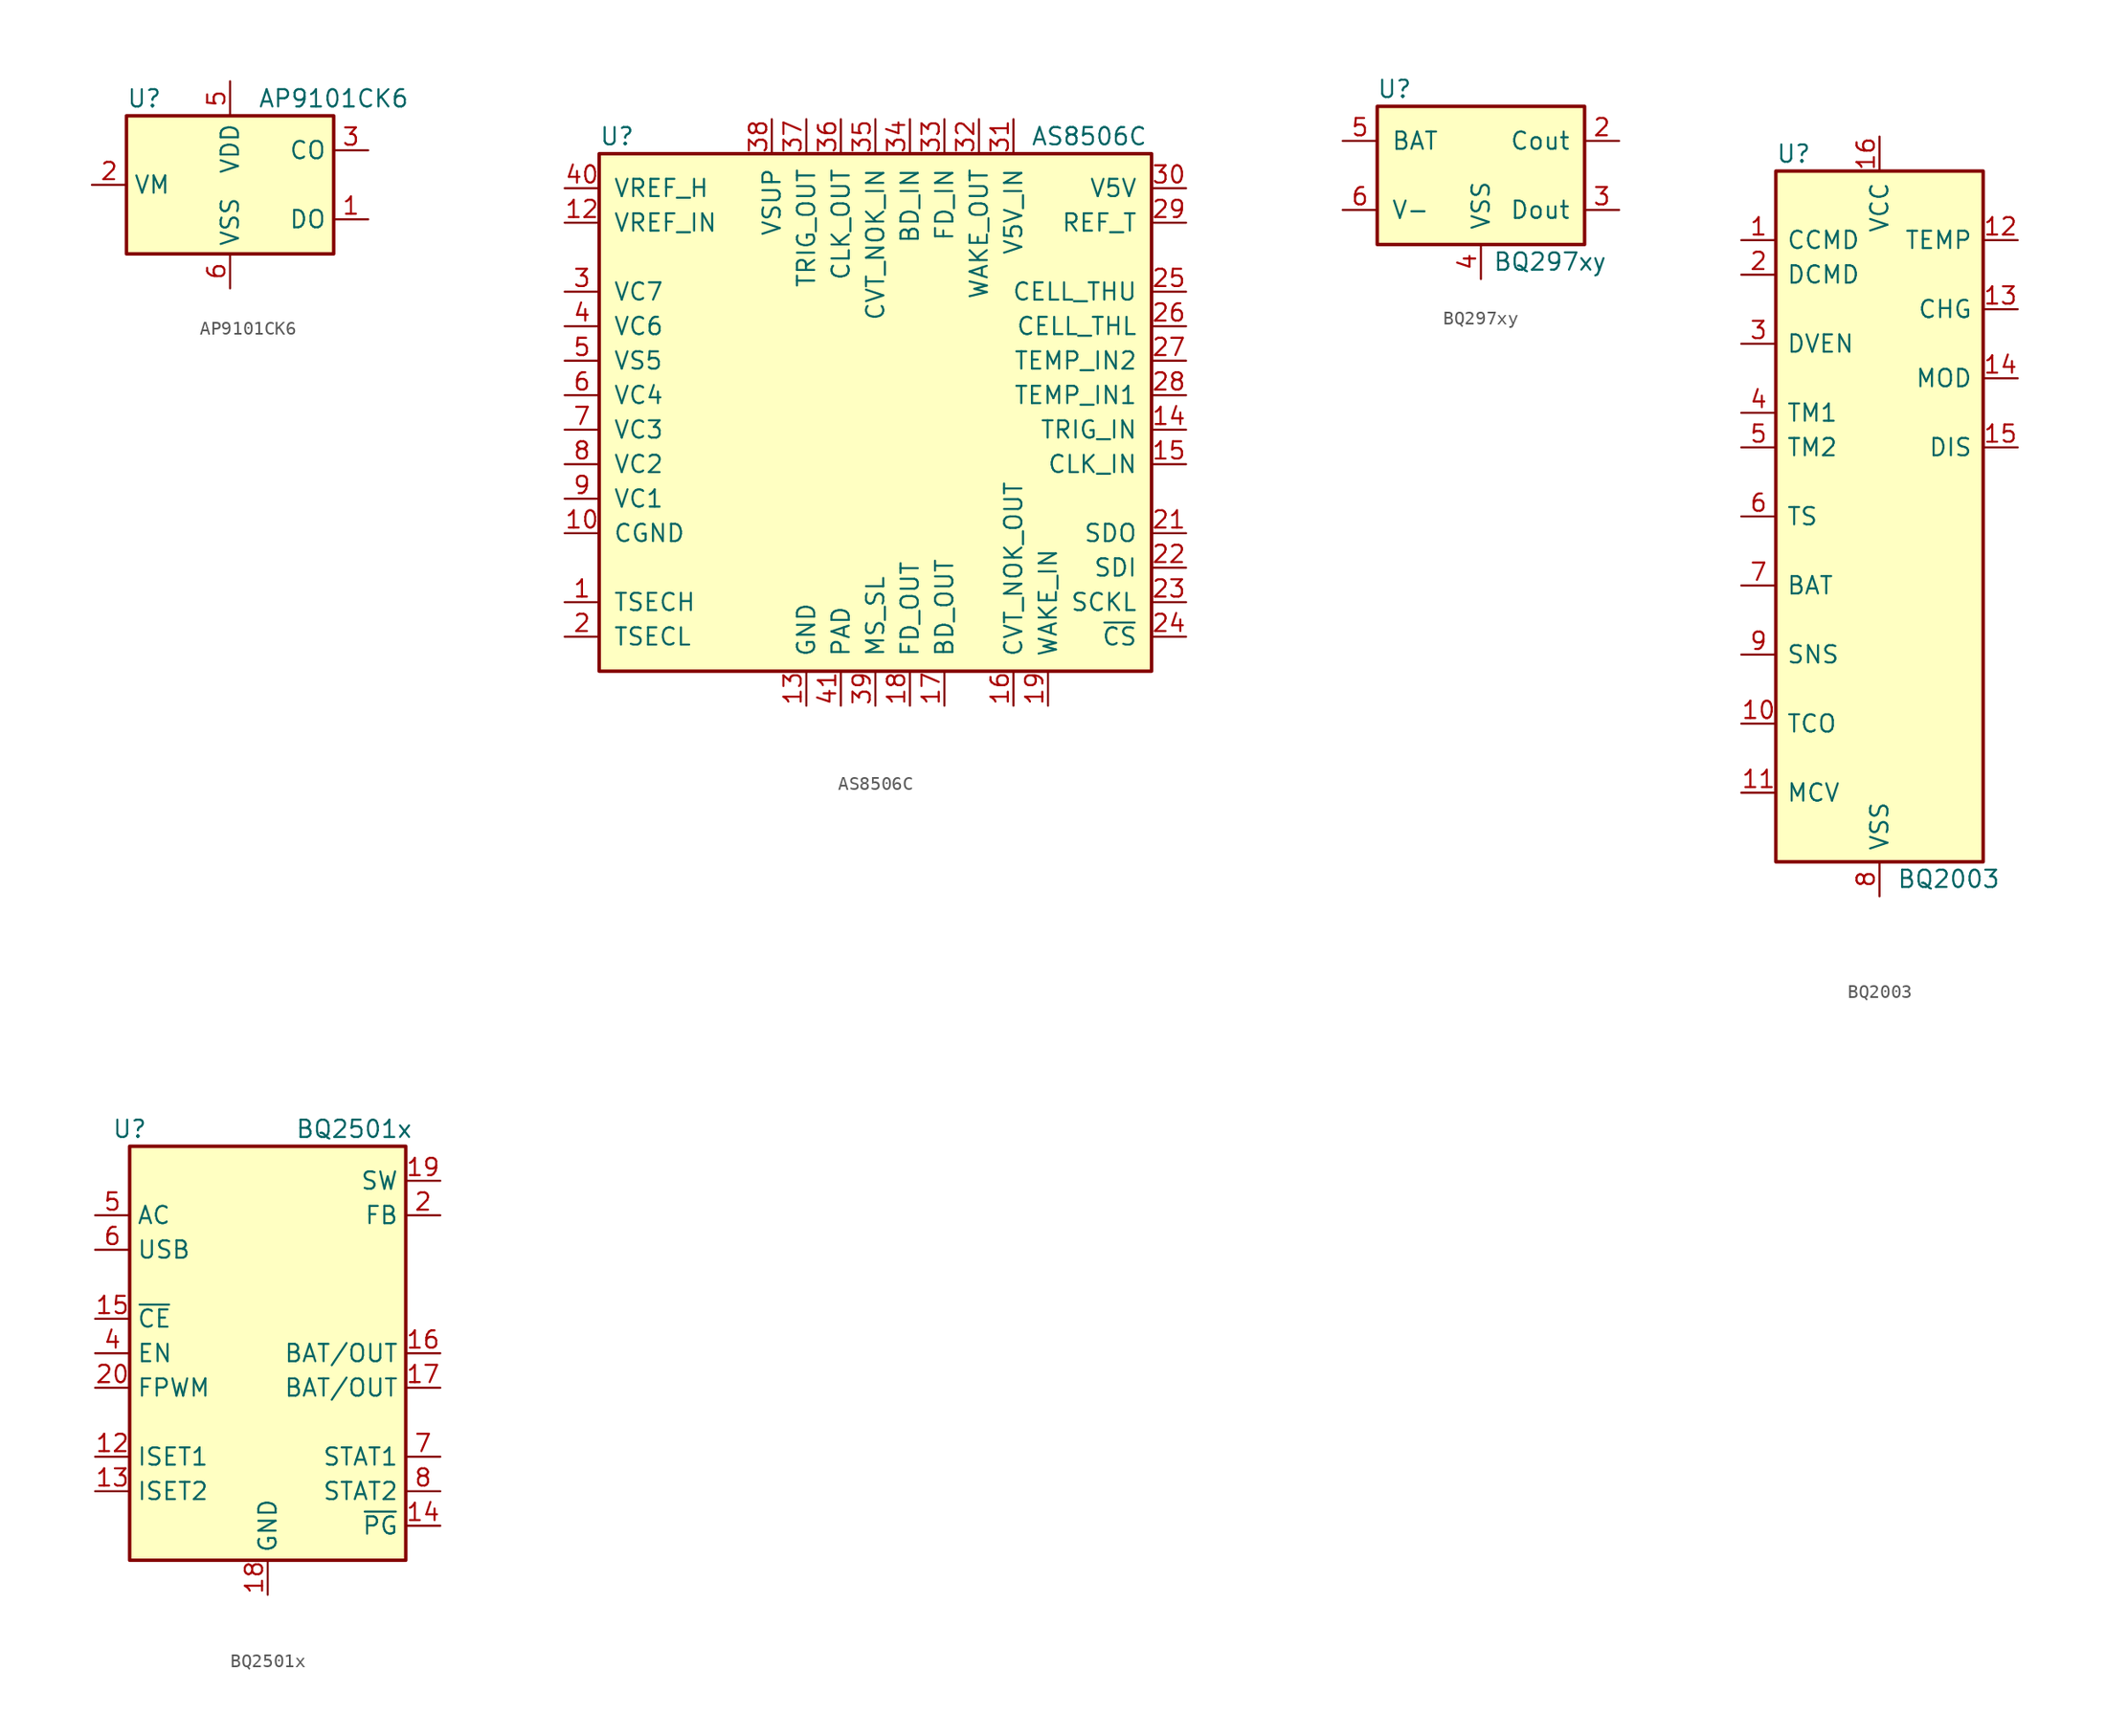
<source format=kicad_sym>
(kicad_symbol_lib
  (version 20211014)
  (generator kicad_symbol_editor)
  (symbol "AP9101CK6"
    (property "Reference" "U"
      (at -7.62 6.35 0)
      (effects (font (size 1.27 1.27)) (justify left)))
    (property "Value" "AP9101CK6"
      (at 7.62 6.35 0)
      (effects (font (size 1.27 1.27))))
    (symbol "AP9101CK6_0_1"
      (rectangle (start -7.62 5.08) (end 7.62 -5.08) (stroke (width 0.254) (type default) (color 0 0 0 0)) (fill (type background))))
    (symbol "AP9101CK6_1_1"
      (pin output line (at 10.16 -2.54 180) (length 2.54) (name "DO" (effects (font (size 1.27 1.27)))) (number "1" (effects (font (size 1.27 1.27)))))
      (pin passive line (at -10.16 0 0) (length 2.54) (name "VM" (effects (font (size 1.27 1.27)))) (number "2" (effects (font (size 1.27 1.27)))))
      (pin output line (at 10.16 2.54 180) (length 2.54) (name "CO" (effects (font (size 1.27 1.27)))) (number "3" (effects (font (size 1.27 1.27)))))
      (pin no_connect line (at -7.62 -2.54 0) (length 2.54) hide (name "NC" (effects (font (size 1.27 1.27)))) (number "4" (effects (font (size 1.27 1.27)))))
      (pin power_in line (at 0 7.62 270) (length 2.54) (name "VDD" (effects (font (size 1.27 1.27)))) (number "5" (effects (font (size 1.27 1.27)))))
      (pin power_in line (at 0 -7.62 90) (length 2.54) (name "VSS" (effects (font (size 1.27 1.27)))) (number "6" (effects (font (size 1.27 1.27)))))))
  (symbol "AS8506C"
    (pin_names
      (offset 1.016))
    (property "Reference" "U"
      (at -20.32 21.59 0)
      (effects (font (size 1.27 1.27)) (justify left)))
    (property "Value" "AS8506C"
      (at 11.43 21.59 0)
      (effects (font (size 1.27 1.27)) (justify left)))
    (symbol "AS8506C_0_1"
      (rectangle (start 20.32 -17.78) (end -20.32 20.32) (stroke (width 0.254) (type default) (color 0 0 0 0)) (fill (type background))))
    (symbol "AS8506C_1_1"
      (pin input line (at -22.86 -12.7 0) (length 2.54) (name "TSECH" (effects (font (size 1.27 1.27)))) (number "1" (effects (font (size 1.27 1.27)))))
      (pin input line (at -22.86 -7.62 0) (length 2.54) (name "CGND" (effects (font (size 1.27 1.27)))) (number "10" (effects (font (size 1.27 1.27)))))
      (pin no_connect line (at -10.16 -20.32 90) (length 2.54) hide (name "NC" (effects (font (size 1.27 1.27)))) (number "11" (effects (font (size 1.27 1.27)))))
      (pin input line (at -22.86 15.24 0) (length 2.54) (name "VREF_IN" (effects (font (size 1.27 1.27)))) (number "12" (effects (font (size 1.27 1.27)))))
      (pin power_in line (at -5.08 -20.32 90) (length 2.54) (name "GND" (effects (font (size 1.27 1.27)))) (number "13" (effects (font (size 1.27 1.27)))))
      (pin input line (at 22.86 0 180) (length 2.54) (name "TRIG_IN" (effects (font (size 1.27 1.27)))) (number "14" (effects (font (size 1.27 1.27)))))
      (pin input line (at 22.86 -2.54 180) (length 2.54) (name "CLK_IN" (effects (font (size 1.27 1.27)))) (number "15" (effects (font (size 1.27 1.27)))))
      (pin input line (at 10.16 -20.32 90) (length 2.54) (name "CVT_NOK_OUT" (effects (font (size 1.27 1.27)))) (number "16" (effects (font (size 1.27 1.27)))))
      (pin input line (at 5.08 -20.32 90) (length 2.54) (name "BD_OUT" (effects (font (size 1.27 1.27)))) (number "17" (effects (font (size 1.27 1.27)))))
      (pin input line (at 2.54 -20.32 90) (length 2.54) (name "FD_OUT" (effects (font (size 1.27 1.27)))) (number "18" (effects (font (size 1.27 1.27)))))
      (pin input line (at 12.7 -20.32 90) (length 2.54) (name "WAKE_IN" (effects (font (size 1.27 1.27)))) (number "19" (effects (font (size 1.27 1.27)))))
      (pin input line (at -22.86 -15.24 0) (length 2.54) (name "TSECL" (effects (font (size 1.27 1.27)))) (number "2" (effects (font (size 1.27 1.27)))))
      (pin no_connect line (at -7.62 -20.32 90) (length 2.54) hide (name "NC_T" (effects (font (size 1.27 1.27)))) (number "20" (effects (font (size 1.27 1.27)))))
      (pin output line (at 22.86 -7.62 180) (length 2.54) (name "SDO" (effects (font (size 1.27 1.27)))) (number "21" (effects (font (size 1.27 1.27)))))
      (pin input line (at 22.86 -10.16 180) (length 2.54) (name "SDI" (effects (font (size 1.27 1.27)))) (number "22" (effects (font (size 1.27 1.27)))))
      (pin input line (at 22.86 -12.7 180) (length 2.54) (name "SCKL" (effects (font (size 1.27 1.27)))) (number "23" (effects (font (size 1.27 1.27)))))
      (pin input line (at 22.86 -15.24 180) (length 2.54) (name "~{CS}" (effects (font (size 1.27 1.27)))) (number "24" (effects (font (size 1.27 1.27)))))
      (pin input line (at 22.86 10.16 180) (length 2.54) (name "CELL_THU" (effects (font (size 1.27 1.27)))) (number "25" (effects (font (size 1.27 1.27)))))
      (pin input line (at 22.86 7.62 180) (length 2.54) (name "CELL_THL" (effects (font (size 1.27 1.27)))) (number "26" (effects (font (size 1.27 1.27)))))
      (pin input line (at 22.86 5.08 180) (length 2.54) (name "TEMP_IN2" (effects (font (size 1.27 1.27)))) (number "27" (effects (font (size 1.27 1.27)))))
      (pin input line (at 22.86 2.54 180) (length 2.54) (name "TEMP_IN1" (effects (font (size 1.27 1.27)))) (number "28" (effects (font (size 1.27 1.27)))))
      (pin input line (at 22.86 15.24 180) (length 2.54) (name "REF_T" (effects (font (size 1.27 1.27)))) (number "29" (effects (font (size 1.27 1.27)))))
      (pin input line (at -22.86 10.16 0) (length 2.54) (name "VC7" (effects (font (size 1.27 1.27)))) (number "3" (effects (font (size 1.27 1.27)))))
      (pin input line (at 22.86 17.78 180) (length 2.54) (name "V5V" (effects (font (size 1.27 1.27)))) (number "30" (effects (font (size 1.27 1.27)))))
      (pin input line (at 10.16 22.86 270) (length 2.54) (name "V5V_IN" (effects (font (size 1.27 1.27)))) (number "31" (effects (font (size 1.27 1.27)))))
      (pin input line (at 7.62 22.86 270) (length 2.54) (name "WAKE_OUT" (effects (font (size 1.27 1.27)))) (number "32" (effects (font (size 1.27 1.27)))))
      (pin input line (at 5.08 22.86 270) (length 2.54) (name "FD_IN" (effects (font (size 1.27 1.27)))) (number "33" (effects (font (size 1.27 1.27)))))
      (pin input line (at 2.54 22.86 270) (length 2.54) (name "BD_IN" (effects (font (size 1.27 1.27)))) (number "34" (effects (font (size 1.27 1.27)))))
      (pin input line (at 0 22.86 270) (length 2.54) (name "CVT_NOK_IN" (effects (font (size 1.27 1.27)))) (number "35" (effects (font (size 1.27 1.27)))))
      (pin input line (at -2.54 22.86 270) (length 2.54) (name "CLK_OUT" (effects (font (size 1.27 1.27)))) (number "36" (effects (font (size 1.27 1.27)))))
      (pin input line (at -5.08 22.86 270) (length 2.54) (name "TRIG_OUT" (effects (font (size 1.27 1.27)))) (number "37" (effects (font (size 1.27 1.27)))))
      (pin power_in line (at -7.62 22.86 270) (length 2.54) (name "VSUP" (effects (font (size 1.27 1.27)))) (number "38" (effects (font (size 1.27 1.27)))))
      (pin input line (at 0 -20.32 90) (length 2.54) (name "MS_SL" (effects (font (size 1.27 1.27)))) (number "39" (effects (font (size 1.27 1.27)))))
      (pin input line (at -22.86 7.62 0) (length 2.54) (name "VC6" (effects (font (size 1.27 1.27)))) (number "4" (effects (font (size 1.27 1.27)))))
      (pin input line (at -22.86 17.78 0) (length 2.54) (name "VREF_H" (effects (font (size 1.27 1.27)))) (number "40" (effects (font (size 1.27 1.27)))))
      (pin power_in line (at -2.54 -20.32 90) (length 2.54) (name "PAD" (effects (font (size 1.27 1.27)))) (number "41" (effects (font (size 1.27 1.27)))))
      (pin input line (at -22.86 5.08 0) (length 2.54) (name "VS5" (effects (font (size 1.27 1.27)))) (number "5" (effects (font (size 1.27 1.27)))))
      (pin input line (at -22.86 2.54 0) (length 2.54) (name "VC4" (effects (font (size 1.27 1.27)))) (number "6" (effects (font (size 1.27 1.27)))))
      (pin input line (at -22.86 0 0) (length 2.54) (name "VC3" (effects (font (size 1.27 1.27)))) (number "7" (effects (font (size 1.27 1.27)))))
      (pin input line (at -22.86 -2.54 0) (length 2.54) (name "VC2" (effects (font (size 1.27 1.27)))) (number "8" (effects (font (size 1.27 1.27)))))
      (pin input line (at -22.86 -5.08 0) (length 2.54) (name "VC1" (effects (font (size 1.27 1.27)))) (number "9" (effects (font (size 1.27 1.27)))))))
  (symbol "BQ297xy"
    (pin_names
      (offset 1.016))
    (property "Reference" "U"
      (at -6.35 6.35 0)
      (effects (font (size 1.27 1.27))))
    (property "Value" "BQ297xy"
      (at 5.08 -6.35 0)
      (effects (font (size 1.27 1.27))))
    (symbol "BQ297xy_0_1"
      (rectangle (start -7.62 5.08) (end 7.62 -5.08) (stroke (width 0.254) (type default) (color 0 0 0 0)) (fill (type background))))
    (symbol "BQ297xy_1_1"
      (pin no_connect line (at 7.62 0 180) (length 2.54) hide (name "NC" (effects (font (size 1.27 1.27)))) (number "1" (effects (font (size 1.27 1.27)))))
      (pin output line (at 10.16 2.54 180) (length 2.54) (name "Cout" (effects (font (size 1.27 1.27)))) (number "2" (effects (font (size 1.27 1.27)))))
      (pin output line (at 10.16 -2.54 180) (length 2.54) (name "Dout" (effects (font (size 1.27 1.27)))) (number "3" (effects (font (size 1.27 1.27)))))
      (pin power_in line (at 0 -7.62 90) (length 2.54) (name "VSS" (effects (font (size 1.27 1.27)))) (number "4" (effects (font (size 1.27 1.27)))))
      (pin input line (at -10.16 2.54 0) (length 2.54) (name "BAT" (effects (font (size 1.27 1.27)))) (number "5" (effects (font (size 1.27 1.27)))))
      (pin input line (at -10.16 -2.54 0) (length 2.54) (name "V-" (effects (font (size 1.27 1.27)))) (number "6" (effects (font (size 1.27 1.27)))))))
  (symbol "BQ2003"
    (pin_names
      (offset 0.762))
    (property "Reference" "U"
      (at -7.62 26.67 0)
      (effects (font (size 1.27 1.27)) (justify left)))
    (property "Value" "BQ2003"
      (at 5.08 -26.67 0)
      (effects (font (size 1.27 1.27))))
    (symbol "BQ2003_0_1"
      (rectangle (start -7.62 -25.4) (end 7.62 25.4) (stroke (width 0.254) (type default) (color 0 0 0 0)) (fill (type background))))
    (symbol "BQ2003_1_1"
      (pin input line (at -10.16 20.32 0) (length 2.54) (name "CCMD" (effects (font (size 1.27 1.27)))) (number "1" (effects (font (size 1.27 1.27)))))
      (pin input line (at -10.16 -15.24 0) (length 2.54) (name "TCO" (effects (font (size 1.27 1.27)))) (number "10" (effects (font (size 1.27 1.27)))))
      (pin input line (at -10.16 -20.32 0) (length 2.54) (name "MCV" (effects (font (size 1.27 1.27)))) (number "11" (effects (font (size 1.27 1.27)))))
      (pin output line (at 10.16 20.32 180) (length 2.54) (name "TEMP" (effects (font (size 1.27 1.27)))) (number "12" (effects (font (size 1.27 1.27)))))
      (pin output line (at 10.16 15.24 180) (length 2.54) (name "CHG" (effects (font (size 1.27 1.27)))) (number "13" (effects (font (size 1.27 1.27)))))
      (pin output line (at 10.16 10.16 180) (length 2.54) (name "MOD" (effects (font (size 1.27 1.27)))) (number "14" (effects (font (size 1.27 1.27)))))
      (pin output line (at 10.16 5.08 180) (length 2.54) (name "DIS" (effects (font (size 1.27 1.27)))) (number "15" (effects (font (size 1.27 1.27)))))
      (pin power_in line (at 0 27.94 270) (length 2.54) (name "VCC" (effects (font (size 1.27 1.27)))) (number "16" (effects (font (size 1.27 1.27)))))
      (pin input line (at -10.16 17.78 0) (length 2.54) (name "DCMD" (effects (font (size 1.27 1.27)))) (number "2" (effects (font (size 1.27 1.27)))))
      (pin input line (at -10.16 12.7 0) (length 2.54) (name "DVEN" (effects (font (size 1.27 1.27)))) (number "3" (effects (font (size 1.27 1.27)))))
      (pin input line (at -10.16 7.62 0) (length 2.54) (name "TM1" (effects (font (size 1.27 1.27)))) (number "4" (effects (font (size 1.27 1.27)))))
      (pin input line (at -10.16 5.08 0) (length 2.54) (name "TM2" (effects (font (size 1.27 1.27)))) (number "5" (effects (font (size 1.27 1.27)))))
      (pin input line (at -10.16 0 0) (length 2.54) (name "TS" (effects (font (size 1.27 1.27)))) (number "6" (effects (font (size 1.27 1.27)))))
      (pin input line (at -10.16 -5.08 0) (length 2.54) (name "BAT" (effects (font (size 1.27 1.27)))) (number "7" (effects (font (size 1.27 1.27)))))
      (pin power_in line (at 0 -27.94 90) (length 2.54) (name "VSS" (effects (font (size 1.27 1.27)))) (number "8" (effects (font (size 1.27 1.27)))))
      (pin input line (at -10.16 -10.16 0) (length 2.54) (name "SNS" (effects (font (size 1.27 1.27)))) (number "9" (effects (font (size 1.27 1.27)))))))
  (symbol "BQ2501x"
    (property "Reference" "U"
      (at -10.16 16.51 0)
      (effects (font (size 1.27 1.27))))
    (property "Value" "BQ2501x"
      (at 6.35 16.51 0)
      (effects (font (size 1.27 1.27))))
    (symbol "BQ2501x_1_1"
      (rectangle (start -10.16 15.24) (end 10.16 -15.24) (stroke (width 0.254) (type default) (color 0 0 0 0)) (fill (type background)))
      (pin no_connect line (at 10.16 7.62 180) (length 2.54) hide (name "NC" (effects (font (size 1.27 1.27)))) (number "1" (effects (font (size 1.27 1.27)))))
      (pin no_connect line (at 10.16 5.08 180) (length 2.54) hide (name "NC" (effects (font (size 1.27 1.27)))) (number "10" (effects (font (size 1.27 1.27)))))
      (pin no_connect line (at 10.16 2.54 180) (length 2.54) hide (name "NC" (effects (font (size 1.27 1.27)))) (number "11" (effects (font (size 1.27 1.27)))))
      (pin input line (at -12.7 -7.62 0) (length 2.54) (name "ISET1" (effects (font (size 1.27 1.27)))) (number "12" (effects (font (size 1.27 1.27)))))
      (pin input line (at -12.7 -10.16 0) (length 2.54) (name "ISET2" (effects (font (size 1.27 1.27)))) (number "13" (effects (font (size 1.27 1.27)))))
      (pin output line (at 12.7 -12.7 180) (length 2.54) (name "~{PG}" (effects (font (size 1.27 1.27)))) (number "14" (effects (font (size 1.27 1.27)))))
      (pin input line (at -12.7 2.54 0) (length 2.54) (name "~{CE}" (effects (font (size 1.27 1.27)))) (number "15" (effects (font (size 1.27 1.27)))))
      (pin power_out line (at 12.7 0 180) (length 2.54) (name "BAT/OUT" (effects (font (size 1.27 1.27)))) (number "16" (effects (font (size 1.27 1.27)))))
      (pin power_in line (at 12.7 -2.54 180) (length 2.54) (name "BAT/OUT" (effects (font (size 1.27 1.27)))) (number "17" (effects (font (size 1.27 1.27)))))
      (pin power_in line (at 0 -17.78 90) (length 2.54) (name "GND" (effects (font (size 1.27 1.27)))) (number "18" (effects (font (size 1.27 1.27)))))
      (pin power_out line (at 12.7 12.7 180) (length 2.54) (name "SW" (effects (font (size 1.27 1.27)))) (number "19" (effects (font (size 1.27 1.27)))))
      (pin input line (at 12.7 10.16 180) (length 2.54) (name "FB" (effects (font (size 1.27 1.27)))) (number "2" (effects (font (size 1.27 1.27)))))
      (pin input line (at -12.7 -2.54 0) (length 2.54) (name "FPWM" (effects (font (size 1.27 1.27)))) (number "20" (effects (font (size 1.27 1.27)))))
      (pin passive line (at 0 -17.78 90) (length 2.54) hide (name "GND" (effects (font (size 1.27 1.27)))) (number "21" (effects (font (size 1.27 1.27)))))
      (pin passive line (at 0 -17.78 90) (length 2.54) hide (name "GND" (effects (font (size 1.27 1.27)))) (number "3" (effects (font (size 1.27 1.27)))))
      (pin input line (at -12.7 0 0) (length 2.54) (name "EN" (effects (font (size 1.27 1.27)))) (number "4" (effects (font (size 1.27 1.27)))))
      (pin power_in line (at -12.7 10.16 0) (length 2.54) (name "AC" (effects (font (size 1.27 1.27)))) (number "5" (effects (font (size 1.27 1.27)))))
      (pin power_in line (at -12.7 7.62 0) (length 2.54) (name "USB" (effects (font (size 1.27 1.27)))) (number "6" (effects (font (size 1.27 1.27)))))
      (pin open_collector line (at 12.7 -7.62 180) (length 2.54) (name "STAT1" (effects (font (size 1.27 1.27)))) (number "7" (effects (font (size 1.27 1.27)))))
      (pin open_collector line (at 12.7 -10.16 180) (length 2.54) (name "STAT2" (effects (font (size 1.27 1.27)))) (number "8" (effects (font (size 1.27 1.27)))))
      (pin passive line (at 0 -17.78 90) (length 2.54) hide (name "GND" (effects (font (size 1.27 1.27)))) (number "9" (effects (font (size 1.27 1.27))))))))
</source>
